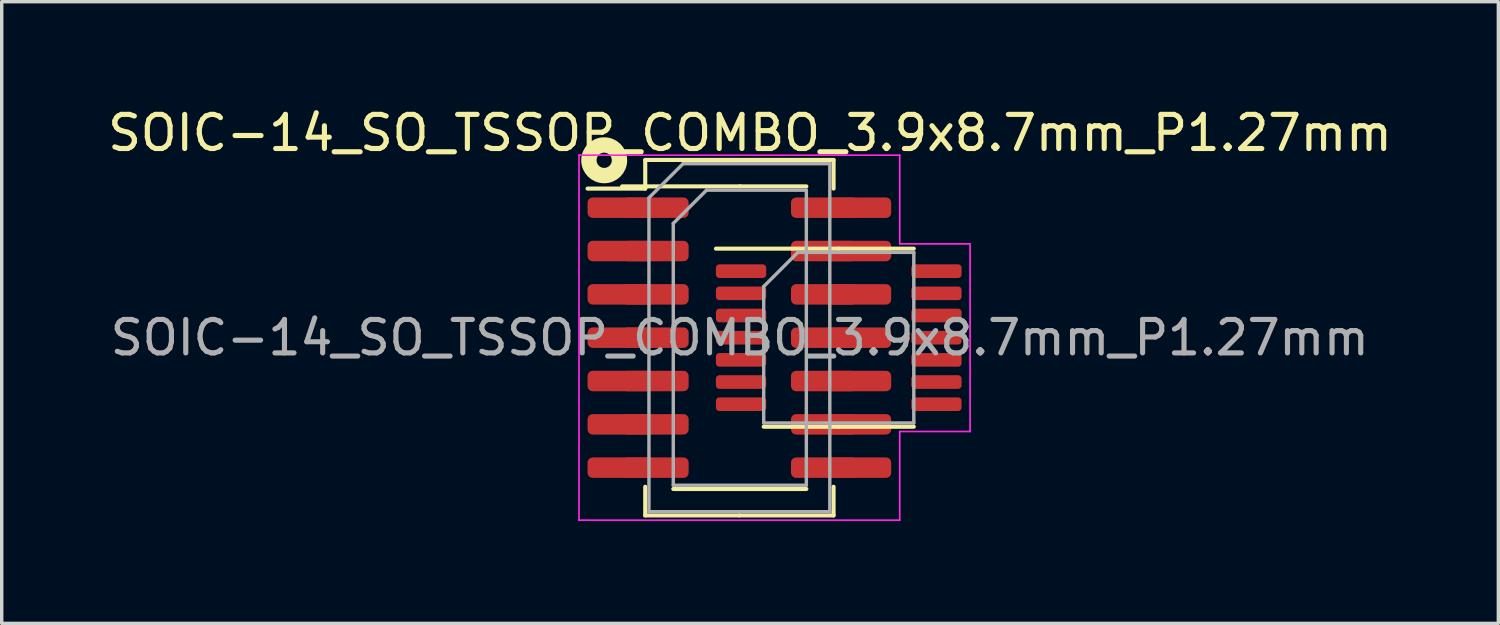
<source format=kicad_pcb>
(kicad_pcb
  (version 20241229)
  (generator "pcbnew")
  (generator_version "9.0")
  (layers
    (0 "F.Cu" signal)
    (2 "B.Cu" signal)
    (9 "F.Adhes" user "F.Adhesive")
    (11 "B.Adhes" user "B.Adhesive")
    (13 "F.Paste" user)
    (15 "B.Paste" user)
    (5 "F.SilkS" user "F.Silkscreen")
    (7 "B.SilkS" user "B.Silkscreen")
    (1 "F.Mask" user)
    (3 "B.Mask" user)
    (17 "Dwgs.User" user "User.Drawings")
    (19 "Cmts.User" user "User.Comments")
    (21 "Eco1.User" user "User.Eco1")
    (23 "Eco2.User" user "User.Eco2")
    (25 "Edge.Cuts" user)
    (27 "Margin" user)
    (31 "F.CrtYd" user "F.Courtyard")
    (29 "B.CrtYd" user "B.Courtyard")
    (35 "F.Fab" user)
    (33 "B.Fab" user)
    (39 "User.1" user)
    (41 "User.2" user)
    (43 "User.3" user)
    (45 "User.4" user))
  (footprint "SOIC-14_SO_TSSOP_COMBO_3.9x8.7mm_P1.27mm"
    (layer "F.Cu")
    (at 18.635 6.848)
    (property "Reference" "SOIC-14_SO_TSSOP_COMBO_3.9x8.7mm_P1.27mm" (at 0.3 -6 0) (layer "F.SilkS") (effects (font (size 1 1) (thickness 0.15))))
    (attr smd)
    (fp_line (start -2.772 -5.21) (end -2.772 -4.37) (stroke (width 0.12) (type solid)) (layer "F.SilkS"))
    (fp_line (start -2.772 -4.37) (end -4.463 -4.37) (stroke (width 0.12) (type solid)) (layer "F.SilkS"))
    (fp_line (start -2.772 5.21) (end -2.772 4.37) (stroke (width 0.12) (type solid)) (layer "F.SilkS"))
    (fp_line (start -0.013 -5.21) (end -2.772 -5.21) (stroke (width 0.12) (type solid)) (layer "F.SilkS"))
    (fp_line (start -0.013 -5.21) (end 2.748 -5.21) (stroke (width 0.12) (type solid)) (layer "F.SilkS"))
    (fp_line (start -0.013 5.21) (end -2.772 5.21) (stroke (width 0.12) (type solid)) (layer "F.SilkS"))
    (fp_line (start -0.013 5.21) (end 2.748 5.21) (stroke (width 0.12) (type solid)) (layer "F.SilkS"))
    (fp_line (start 0 -4.435) (end -3.45 -4.435) (stroke (width 0.12) (type solid)) (layer "F.SilkS"))
    (fp_line (start 0 -4.435) (end 1.95 -4.435) (stroke (width 0.12) (type solid)) (layer "F.SilkS"))
    (fp_line (start 0 4.435) (end -1.95 4.435) (stroke (width 0.12) (type solid)) (layer "F.SilkS"))
    (fp_line (start 0 4.435) (end 1.95 4.435) (stroke (width 0.12) (type solid)) (layer "F.SilkS"))
    (fp_line (start 2.748 -5.21) (end 2.748 -4.37) (stroke (width 0.12) (type solid)) (layer "F.SilkS"))
    (fp_line (start 2.748 5.21) (end 2.748 4.37) (stroke (width 0.12) (type solid)) (layer "F.SilkS"))
    (fp_line (start 2.9 -2.61) (end -0.7 -2.61) (stroke (width 0.12) (type solid)) (layer "F.SilkS"))
    (fp_line (start 2.9 -2.61) (end 5.1 -2.61) (stroke (width 0.12) (type solid)) (layer "F.SilkS"))
    (fp_line (start 2.9 2.61) (end 0.7 2.61) (stroke (width 0.12) (type solid)) (layer "F.SilkS"))
    (fp_line (start 2.9 2.61) (end 5.1 2.61) (stroke (width 0.12) (type solid)) (layer "F.SilkS"))
    (fp_circle (center -3.975 -5.2) (end -3.775 -5.1) (stroke (width 0.45) (type solid)) (fill no) (layer "F.SilkS"))
    (fp_line (start -4.713 -5.35) (end -4.713 5.35) (stroke (width 0.05) (type solid)) (layer "F.CrtYd"))
    (fp_line (start -4.713 5.35) (end 4.688 5.35) (stroke (width 0.05) (type solid)) (layer "F.CrtYd"))
    (fp_line (start 4.688 -5.35) (end -4.713 -5.35) (stroke (width 0.05) (type solid)) (layer "F.CrtYd"))
    (fp_line (start 4.688 -5.35) (end 4.688 -2.75) (stroke (width 0.05) (type default)) (layer "F.CrtYd"))
    (fp_line (start 4.688 -2.75) (end 6.75 -2.75) (stroke (width 0.05) (type default)) (layer "F.CrtYd"))
    (fp_line (start 4.688 5.35) (end 4.688 2.75) (stroke (width 0.05) (type solid)) (layer "F.CrtYd"))
    (fp_line (start 4.69 2.75) (end 6.75 2.75) (stroke (width 0.05) (type default)) (layer "F.CrtYd"))
    (fp_line (start 6.75 2.75) (end 6.75 -2.75) (stroke (width 0.05) (type solid)) (layer "F.CrtYd"))
    (fp_line (start -2.663 -4.1) (end -1.663 -5.1) (stroke (width 0.1) (type solid)) (layer "F.Fab"))
    (fp_line (start -2.663 5.1) (end -2.663 -4.1) (stroke (width 0.1) (type solid)) (layer "F.Fab"))
    (fp_line (start -1.95 -3.35) (end -0.975 -4.325) (stroke (width 0.1) (type solid)) (layer "F.Fab"))
    (fp_line (start -1.95 4.325) (end -1.95 -3.35) (stroke (width 0.1) (type solid)) (layer "F.Fab"))
    (fp_line (start -1.663 -5.1) (end 2.638 -5.1) (stroke (width 0.1) (type solid)) (layer "F.Fab"))
    (fp_line (start -0.975 -4.325) (end 1.95 -4.325) (stroke (width 0.1) (type solid)) (layer "F.Fab"))
    (fp_line (start 0.7 -1.5) (end 1.7 -2.5) (stroke (width 0.1) (type solid)) (layer "F.Fab"))
    (fp_line (start 0.7 2.5) (end 0.7 -1.5) (stroke (width 0.1) (type solid)) (layer "F.Fab"))
    (fp_line (start 1.7 -2.5) (end 5.1 -2.5) (stroke (width 0.1) (type solid)) (layer "F.Fab"))
    (fp_line (start 1.95 -4.325) (end 1.95 4.325) (stroke (width 0.1) (type solid)) (layer "F.Fab"))
    (fp_line (start 1.95 4.325) (end -1.95 4.325) (stroke (width 0.1) (type solid)) (layer "F.Fab"))
    (fp_line (start 2.638 -5.1) (end 2.638 5.1) (stroke (width 0.1) (type solid)) (layer "F.Fab"))
    (fp_line (start 2.638 5.1) (end -2.663 5.1) (stroke (width 0.1) (type solid)) (layer "F.Fab"))
    (fp_line (start 5.1 -2.5) (end 5.1 2.5) (stroke (width 0.1) (type solid)) (layer "F.Fab"))
    (fp_line (start 5.1 2.5) (end 0.7 2.5) (stroke (width 0.1) (type solid)) (layer "F.Fab"))
    (fp_text user "${REFERENCE}" (at 0 0 0) (layer "F.Fab") (effects (font (size 0.98 0.98) (thickness 0.15))))
    (pad "1" smd roundrect (at -3.475 -3.81) (size 1.975 0.6) (layers "F.Cu" "F.Mask" "F.Paste") (roundrect_rratio 0.25))
    (pad "1" smd roundrect (at -2.475 -3.81) (size 1.95 0.6) (layers "F.Cu" "F.Mask" "F.Paste") (roundrect_rratio 0.25))
    (pad "1" smd roundrect (at 0.037 -1.95) (size 1.475 0.4) (layers "F.Cu" "F.Mask" "F.Paste") (roundrect_rratio 0.25))
    (pad "2" smd roundrect (at -3.475 -2.54) (size 1.975 0.6) (layers "F.Cu" "F.Mask" "F.Paste") (roundrect_rratio 0.25))
    (pad "2" smd roundrect (at -2.475 -2.54) (size 1.95 0.6) (layers "F.Cu" "F.Mask" "F.Paste") (roundrect_rratio 0.25))
    (pad "2" smd roundrect (at 0.037 -1.3) (size 1.475 0.4) (layers "F.Cu" "F.Mask" "F.Paste") (roundrect_rratio 0.25))
    (pad "3" smd roundrect (at -3.475 -1.27) (size 1.975 0.6) (layers "F.Cu" "F.Mask" "F.Paste") (roundrect_rratio 0.25))
    (pad "3" smd roundrect (at -2.475 -1.27) (size 1.95 0.6) (layers "F.Cu" "F.Mask" "F.Paste") (roundrect_rratio 0.25))
    (pad "3" smd roundrect (at 0.037 -0.65) (size 1.475 0.4) (layers "F.Cu" "F.Mask" "F.Paste") (roundrect_rratio 0.25))
    (pad "4" smd roundrect (at -3.475 0) (size 1.975 0.6) (layers "F.Cu" "F.Mask" "F.Paste") (roundrect_rratio 0.25))
    (pad "4" smd roundrect (at -2.475 0) (size 1.95 0.6) (layers "F.Cu" "F.Mask" "F.Paste") (roundrect_rratio 0.25))
    (pad "4" smd roundrect (at 0.037 0) (size 1.475 0.4) (layers "F.Cu" "F.Mask" "F.Paste") (roundrect_rratio 0.25))
    (pad "5" smd roundrect (at -3.475 1.27) (size 1.975 0.6) (layers "F.Cu" "F.Mask" "F.Paste") (roundrect_rratio 0.25))
    (pad "5" smd roundrect (at -2.475 1.27) (size 1.95 0.6) (layers "F.Cu" "F.Mask" "F.Paste") (roundrect_rratio 0.25))
    (pad "5" smd roundrect (at 0.037 0.65) (size 1.475 0.4) (layers "F.Cu" "F.Mask" "F.Paste") (roundrect_rratio 0.25))
    (pad "6" smd roundrect (at -3.475 2.54) (size 1.975 0.6) (layers "F.Cu" "F.Mask" "F.Paste") (roundrect_rratio 0.25))
    (pad "6" smd roundrect (at -2.475 2.54) (size 1.95 0.6) (layers "F.Cu" "F.Mask" "F.Paste") (roundrect_rratio 0.25))
    (pad "6" smd roundrect (at 0.037 1.3) (size 1.475 0.4) (layers "F.Cu" "F.Mask" "F.Paste") (roundrect_rratio 0.25))
    (pad "7" smd roundrect (at -3.475 3.81) (size 1.975 0.6) (layers "F.Cu" "F.Mask" "F.Paste") (roundrect_rratio 0.25))
    (pad "7" smd roundrect (at -2.475 3.81) (size 1.95 0.6) (layers "F.Cu" "F.Mask" "F.Paste") (roundrect_rratio 0.25))
    (pad "7" smd roundrect (at 0.037 1.95) (size 1.475 0.4) (layers "F.Cu" "F.Mask" "F.Paste") (roundrect_rratio 0.25))
    (pad "8" smd roundrect (at 2.475 3.81) (size 1.95 0.6) (layers "F.Cu" "F.Mask" "F.Paste") (roundrect_rratio 0.25))
    (pad "8" smd roundrect (at 3.45 3.81) (size 1.975 0.6) (layers "F.Cu" "F.Mask" "F.Paste") (roundrect_rratio 0.25))
    (pad "8" smd roundrect (at 5.763 1.95) (size 1.475 0.4) (layers "F.Cu" "F.Mask" "F.Paste") (roundrect_rratio 0.25))
    (pad "9" smd roundrect (at 2.475 2.54) (size 1.95 0.6) (layers "F.Cu" "F.Mask" "F.Paste") (roundrect_rratio 0.25))
    (pad "9" smd roundrect (at 3.45 2.54) (size 1.975 0.6) (layers "F.Cu" "F.Mask" "F.Paste") (roundrect_rratio 0.25))
    (pad "9" smd roundrect (at 5.763 1.3) (size 1.475 0.4) (layers "F.Cu" "F.Mask" "F.Paste") (roundrect_rratio 0.25))
    (pad "10" smd roundrect (at 2.475 1.27) (size 1.95 0.6) (layers "F.Cu" "F.Mask" "F.Paste") (roundrect_rratio 0.25))
    (pad "10" smd roundrect (at 3.45 1.27) (size 1.975 0.6) (layers "F.Cu" "F.Mask" "F.Paste") (roundrect_rratio 0.25))
    (pad "10" smd roundrect (at 5.763 0.65) (size 1.475 0.4) (layers "F.Cu" "F.Mask" "F.Paste") (roundrect_rratio 0.25))
    (pad "11" smd roundrect (at 2.475 0) (size 1.95 0.6) (layers "F.Cu" "F.Mask" "F.Paste") (roundrect_rratio 0.25))
    (pad "11" smd roundrect (at 3.45 0) (size 1.975 0.6) (layers "F.Cu" "F.Mask" "F.Paste") (roundrect_rratio 0.25))
    (pad "11" smd roundrect (at 5.763 0) (size 1.475 0.4) (layers "F.Cu" "F.Mask" "F.Paste") (roundrect_rratio 0.25))
    (pad "12" smd roundrect (at 2.475 -1.27) (size 1.95 0.6) (layers "F.Cu" "F.Mask" "F.Paste") (roundrect_rratio 0.25))
    (pad "12" smd roundrect (at 3.45 -1.27) (size 1.975 0.6) (layers "F.Cu" "F.Mask" "F.Paste") (roundrect_rratio 0.25))
    (pad "12" smd roundrect (at 5.763 -0.65) (size 1.475 0.4) (layers "F.Cu" "F.Mask" "F.Paste") (roundrect_rratio 0.25))
    (pad "13" smd roundrect (at 2.475 -2.54) (size 1.95 0.6) (layers "F.Cu" "F.Mask" "F.Paste") (roundrect_rratio 0.25))
    (pad "13" smd roundrect (at 3.45 -2.54) (size 1.975 0.6) (layers "F.Cu" "F.Mask" "F.Paste") (roundrect_rratio 0.25))
    (pad "13" smd roundrect (at 5.763 -1.3) (size 1.475 0.4) (layers "F.Cu" "F.Mask" "F.Paste") (roundrect_rratio 0.25))
    (pad "14" smd roundrect (at 2.475 -3.81) (size 1.95 0.6) (layers "F.Cu" "F.Mask" "F.Paste") (roundrect_rratio 0.25))
    (pad "14" smd roundrect (at 3.45 -3.81) (size 1.975 0.6) (layers "F.Cu" "F.Mask" "F.Paste") (roundrect_rratio 0.25))
    (pad "14" smd roundrect (at 5.763 -1.95) (size 1.475 0.4) (layers "F.Cu" "F.Mask" "F.Paste") (roundrect_rratio 0.25)))
  (gr_rect
    (start -3 -3)
    (end 40.869 15.223)
    (stroke (width 0.1) (type default))
    (fill no)
    (layer "Edge.Cuts")))
</source>
